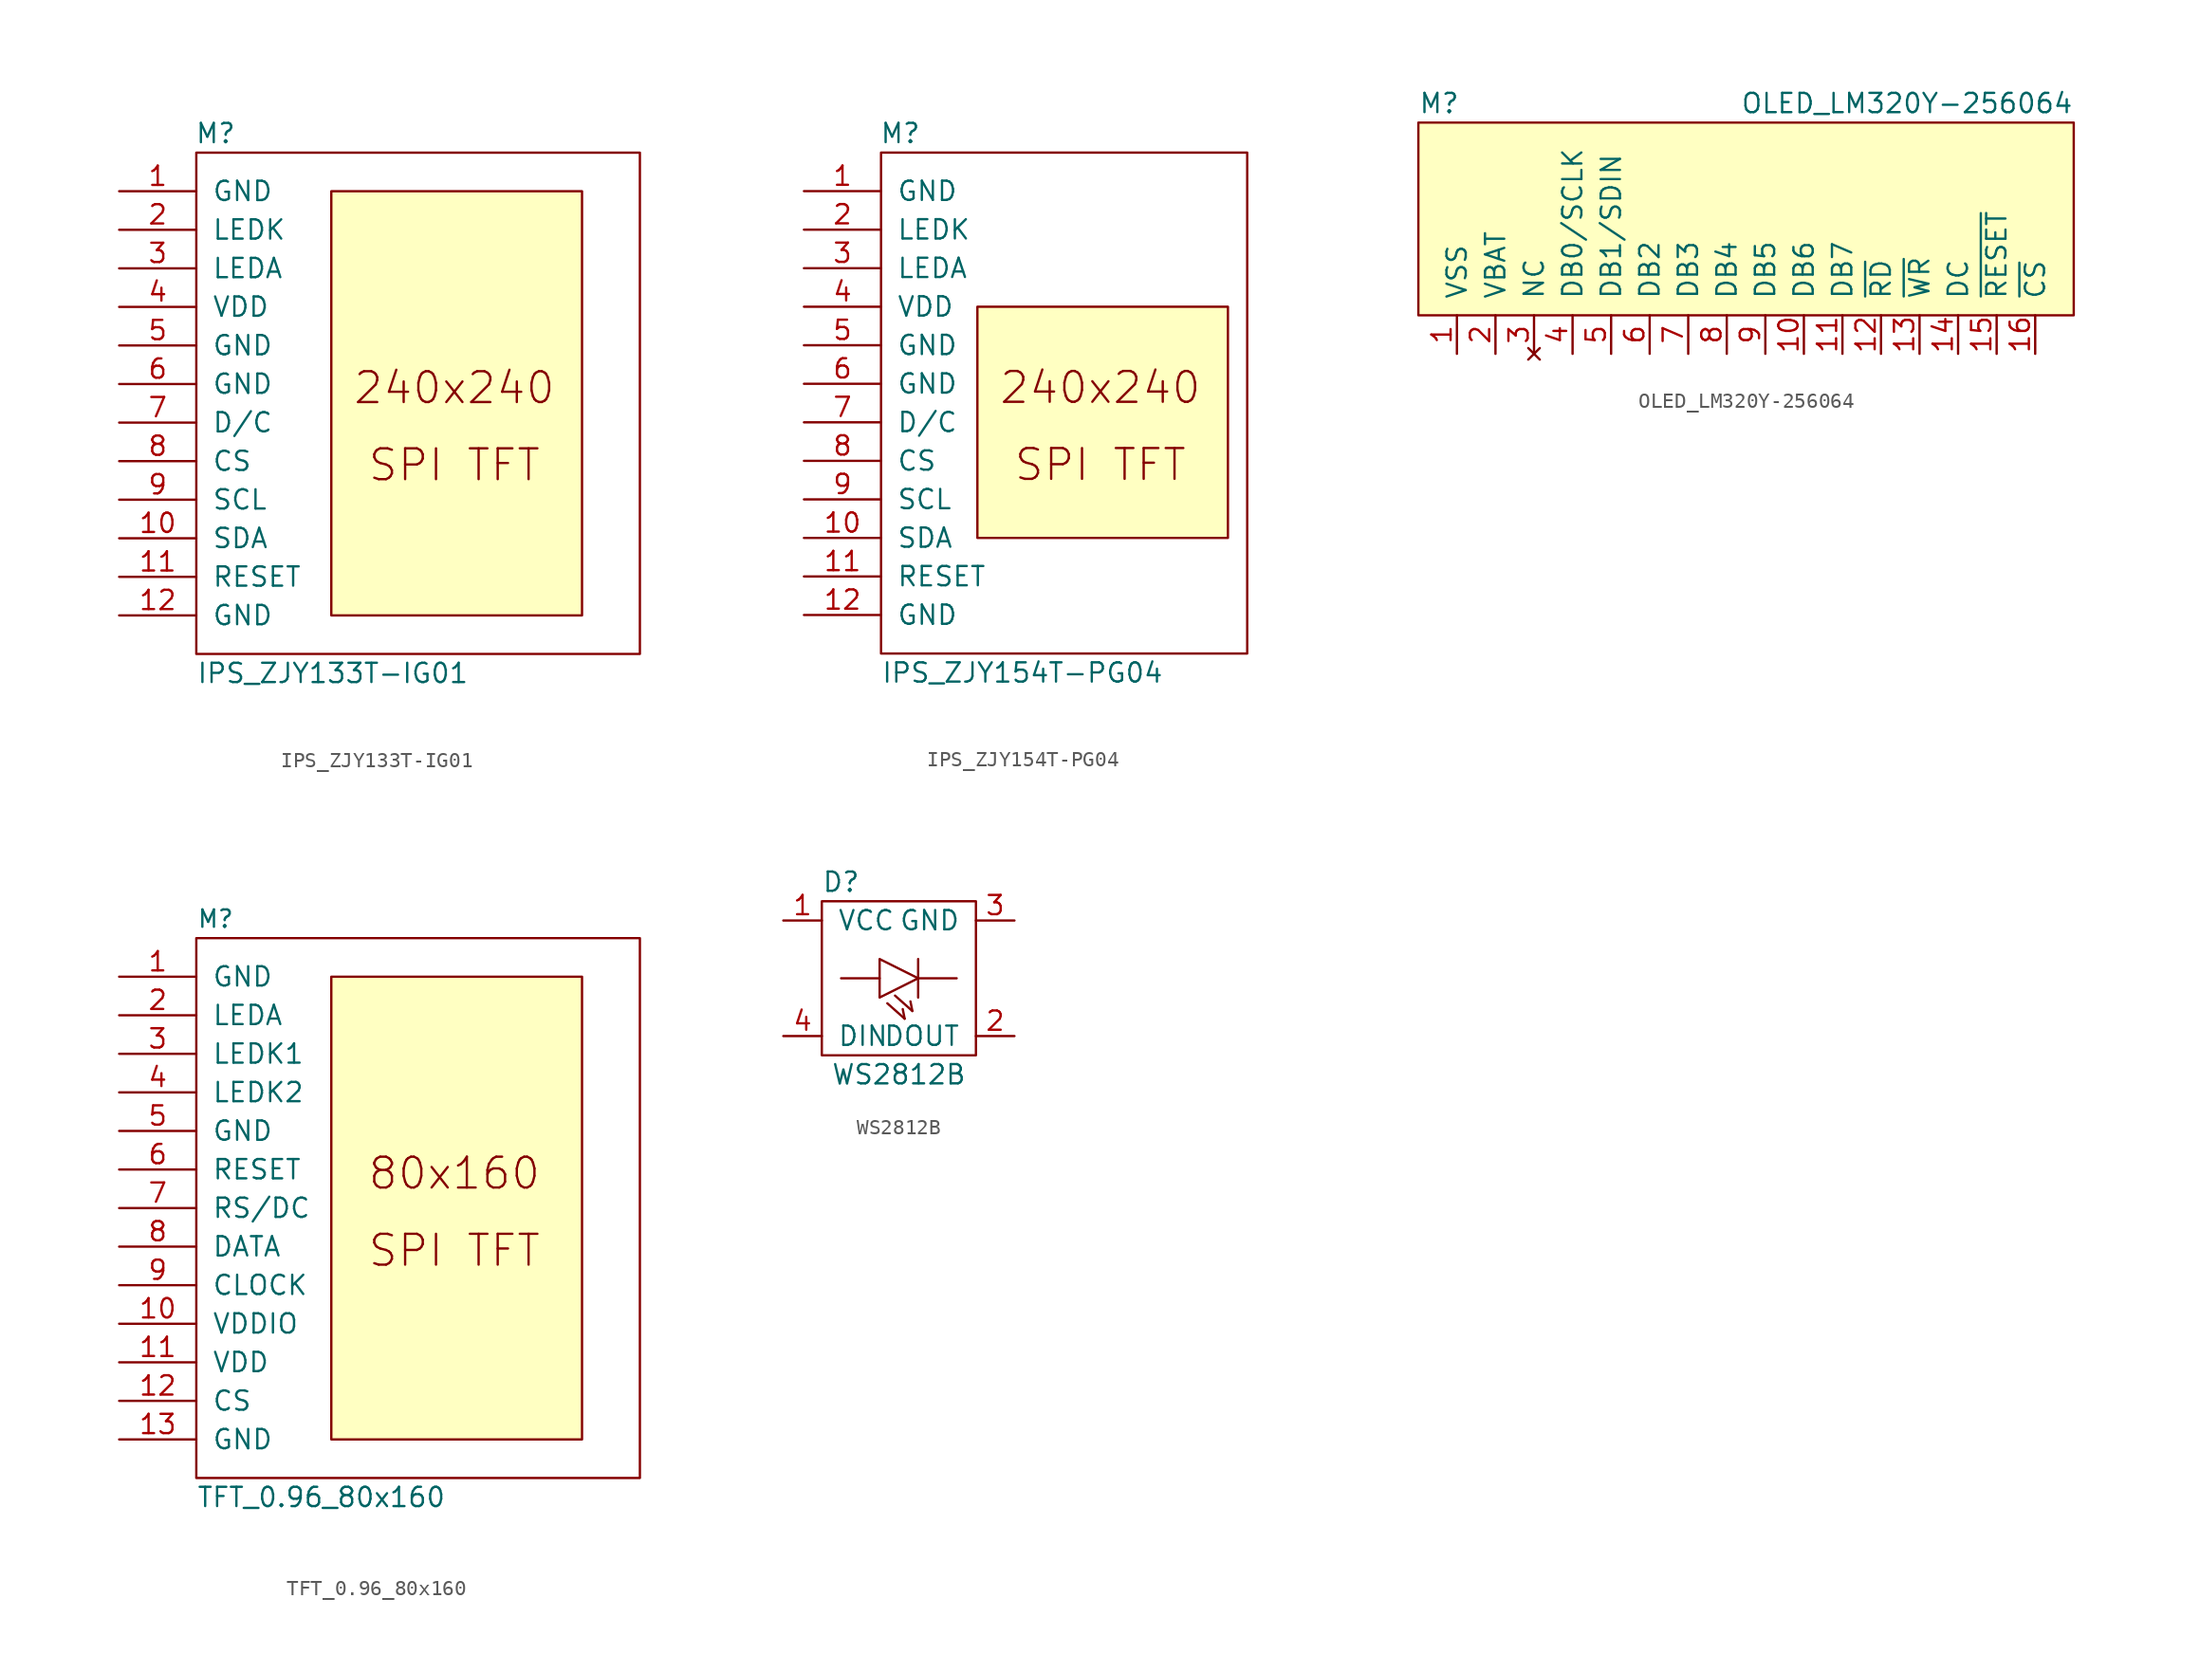
<source format=kicad_sym>
(kicad_symbol_lib
  (version 20211014)
  (generator kicad_symbol_editor)
  (symbol "IPS_ZJY133T-IG01"
    (pin_names
      (offset 1.016))
    (property "Reference" "M"
      (at -21.59 19.05 0)
      (effects (font (size 1.27 1.27))))
    (property "Value" "IPS_ZJY133T-IG01"
      (at -22.86 -16.51 0)
      (effects (font (size 1.27 1.27)) (justify left)))
    (symbol "IPS_ZJY133T-IG01_1_0"
      (rectangle (start -22.86 -15.24) (end 6.35 17.78) (stroke (width 0) (type default) (color 0 0 0 0)) (fill (type none)))
      (rectangle (start -13.97 -12.7) (end 2.54 15.24) (stroke (width 0) (type default) (color 0 0 0 0)) (fill (type background)))
      (text "240x240" (at -5.867 2.286 0) (effects (font (size 2.032 2.032))))
      (text "SPI TFT" (at -5.867 -2.794 0) (effects (font (size 2.032 2.032)))))
    (symbol "IPS_ZJY133T-IG01_1_1"
      (pin power_in line (at -27.94 15.24 0) (length 5.08) (name "GND" (effects (font (size 1.27 1.27)))) (number "1" (effects (font (size 1.27 1.27)))))
      (pin input line (at -27.94 -7.62 0) (length 5.08) (name "SDA" (effects (font (size 1.27 1.27)))) (number "10" (effects (font (size 1.27 1.27)))))
      (pin input line (at -27.94 -10.16 0) (length 5.08) (name "RESET" (effects (font (size 1.27 1.27)))) (number "11" (effects (font (size 1.27 1.27)))))
      (pin power_in line (at -27.94 -12.7 0) (length 5.08) (name "GND" (effects (font (size 1.27 1.27)))) (number "12" (effects (font (size 1.27 1.27)))))
      (pin power_in line (at -27.94 12.7 0) (length 5.08) (name "LEDK" (effects (font (size 1.27 1.27)))) (number "2" (effects (font (size 1.27 1.27)))))
      (pin power_in line (at -27.94 10.16 0) (length 5.08) (name "LEDA" (effects (font (size 1.27 1.27)))) (number "3" (effects (font (size 1.27 1.27)))))
      (pin power_in line (at -27.94 7.62 0) (length 5.08) (name "VDD" (effects (font (size 1.27 1.27)))) (number "4" (effects (font (size 1.27 1.27)))))
      (pin power_in line (at -27.94 5.08 0) (length 5.08) (name "GND" (effects (font (size 1.27 1.27)))) (number "5" (effects (font (size 1.27 1.27)))))
      (pin power_in line (at -27.94 2.54 0) (length 5.08) (name "GND" (effects (font (size 1.27 1.27)))) (number "6" (effects (font (size 1.27 1.27)))))
      (pin input line (at -27.94 0 0) (length 5.08) (name "D/C" (effects (font (size 1.27 1.27)))) (number "7" (effects (font (size 1.27 1.27)))))
      (pin bidirectional line (at -27.94 -2.54 0) (length 5.08) (name "CS" (effects (font (size 1.27 1.27)))) (number "8" (effects (font (size 1.27 1.27)))))
      (pin input line (at -27.94 -5.08 0) (length 5.08) (name "SCL" (effects (font (size 1.27 1.27)))) (number "9" (effects (font (size 1.27 1.27)))))))
  (symbol "IPS_ZJY154T-PG04"
    (pin_names
      (offset 1.016))
    (property "Reference" "M"
      (at -21.59 19.05 0)
      (effects (font (size 1.27 1.27))))
    (property "Value" "IPS_ZJY154T-PG04"
      (at -22.86 -16.51 0)
      (effects (font (size 1.27 1.27)) (justify left)))
    (symbol "IPS_ZJY154T-PG04_1_0"
      (rectangle (start -22.86 -15.24) (end 1.27 17.78) (stroke (width 0) (type default) (color 0 0 0 0)) (fill (type none)))
      (rectangle (start -16.51 -7.62) (end 0 7.62) (stroke (width 0) (type default) (color 0 0 0 0)) (fill (type background)))
      (text "240x240" (at -8.407 2.286 0) (effects (font (size 2.032 2.032))))
      (text "SPI TFT" (at -8.407 -2.794 0) (effects (font (size 2.032 2.032)))))
    (symbol "IPS_ZJY154T-PG04_1_1"
      (pin power_in line (at -27.94 15.24 0) (length 5.08) (name "GND" (effects (font (size 1.27 1.27)))) (number "1" (effects (font (size 1.27 1.27)))))
      (pin input line (at -27.94 -7.62 0) (length 5.08) (name "SDA" (effects (font (size 1.27 1.27)))) (number "10" (effects (font (size 1.27 1.27)))))
      (pin input line (at -27.94 -10.16 0) (length 5.08) (name "RESET" (effects (font (size 1.27 1.27)))) (number "11" (effects (font (size 1.27 1.27)))))
      (pin power_in line (at -27.94 -12.7 0) (length 5.08) (name "GND" (effects (font (size 1.27 1.27)))) (number "12" (effects (font (size 1.27 1.27)))))
      (pin output line (at -27.94 12.7 0) (length 5.08) (name "LEDK" (effects (font (size 1.27 1.27)))) (number "2" (effects (font (size 1.27 1.27)))))
      (pin power_in line (at -27.94 10.16 0) (length 5.08) (name "LEDA" (effects (font (size 1.27 1.27)))) (number "3" (effects (font (size 1.27 1.27)))))
      (pin power_in line (at -27.94 7.62 0) (length 5.08) (name "VDD" (effects (font (size 1.27 1.27)))) (number "4" (effects (font (size 1.27 1.27)))))
      (pin power_in line (at -27.94 5.08 0) (length 5.08) (name "GND" (effects (font (size 1.27 1.27)))) (number "5" (effects (font (size 1.27 1.27)))))
      (pin power_in line (at -27.94 2.54 0) (length 5.08) (name "GND" (effects (font (size 1.27 1.27)))) (number "6" (effects (font (size 1.27 1.27)))))
      (pin input line (at -27.94 0 0) (length 5.08) (name "D/C" (effects (font (size 1.27 1.27)))) (number "7" (effects (font (size 1.27 1.27)))))
      (pin bidirectional line (at -27.94 -2.54 0) (length 5.08) (name "CS" (effects (font (size 1.27 1.27)))) (number "8" (effects (font (size 1.27 1.27)))))
      (pin input line (at -27.94 -5.08 0) (length 5.08) (name "SCL" (effects (font (size 1.27 1.27)))) (number "9" (effects (font (size 1.27 1.27)))))))
  (symbol "OLED_LM320Y-256064"
    (pin_names
      (offset 1.016))
    (property "Reference" "M"
      (at -21.59 7.62 0)
      (effects (font (size 1.27 1.27)) (justify left)))
    (property "Value" "OLED_LM320Y-256064"
      (at 21.59 7.62 0)
      (effects (font (size 1.27 1.27)) (justify right)))
    (symbol "OLED_LM320Y-256064_0_1"
      (rectangle (start -21.59 6.35) (end 21.59 -6.35) (stroke (width 0) (type default) (color 0 0 0 0)) (fill (type background))))
    (symbol "OLED_LM320Y-256064_1_1"
      (pin power_in line (at -19.05 -8.89 90) (length 2.54) (name "VSS" (effects (font (size 1.27 1.27)))) (number "1" (effects (font (size 1.27 1.27)))))
      (pin passive line (at 3.81 -8.89 90) (length 2.54) (name "DB6" (effects (font (size 1.27 1.27)))) (number "10" (effects (font (size 1.27 1.27)))))
      (pin passive line (at 6.35 -8.89 90) (length 2.54) (name "DB7" (effects (font (size 1.27 1.27)))) (number "11" (effects (font (size 1.27 1.27)))))
      (pin input line (at 8.89 -8.89 90) (length 2.54) (name "~{RD}" (effects (font (size 1.27 1.27)))) (number "12" (effects (font (size 1.27 1.27)))))
      (pin input line (at 11.43 -8.89 90) (length 2.54) (name "~{WR}" (effects (font (size 1.27 1.27)))) (number "13" (effects (font (size 1.27 1.27)))))
      (pin input line (at 13.97 -8.89 90) (length 2.54) (name "DC" (effects (font (size 1.27 1.27)))) (number "14" (effects (font (size 1.27 1.27)))))
      (pin input line (at 16.51 -8.89 90) (length 2.54) (name "~{RESET}" (effects (font (size 1.27 1.27)))) (number "15" (effects (font (size 1.27 1.27)))))
      (pin input line (at 19.05 -8.89 90) (length 2.54) (name "~{CS}" (effects (font (size 1.27 1.27)))) (number "16" (effects (font (size 1.27 1.27)))))
      (pin power_in line (at -16.51 -8.89 90) (length 2.54) (name "VBAT" (effects (font (size 1.27 1.27)))) (number "2" (effects (font (size 1.27 1.27)))))
      (pin no_connect line (at -13.97 -8.89 90) (length 2.54) (name "NC" (effects (font (size 1.27 1.27)))) (number "3" (effects (font (size 1.27 1.27)))))
      (pin passive line (at -11.43 -8.89 90) (length 2.54) (name "DB0/SCLK" (effects (font (size 1.27 1.27)))) (number "4" (effects (font (size 1.27 1.27)))))
      (pin passive line (at -8.89 -8.89 90) (length 2.54) (name "DB1/SDIN" (effects (font (size 1.27 1.27)))) (number "5" (effects (font (size 1.27 1.27)))))
      (pin passive line (at -6.35 -8.89 90) (length 2.54) (name "DB2" (effects (font (size 1.27 1.27)))) (number "6" (effects (font (size 1.27 1.27)))))
      (pin passive line (at -3.81 -8.89 90) (length 2.54) (name "DB3" (effects (font (size 1.27 1.27)))) (number "7" (effects (font (size 1.27 1.27)))))
      (pin passive line (at -1.27 -8.89 90) (length 2.54) (name "DB4" (effects (font (size 1.27 1.27)))) (number "8" (effects (font (size 1.27 1.27)))))
      (pin passive line (at 1.27 -8.89 90) (length 2.54) (name "DB5" (effects (font (size 1.27 1.27)))) (number "9" (effects (font (size 1.27 1.27)))))))
  (symbol "TFT_0.96_80x160"
    (pin_names
      (offset 1.016))
    (property "Reference" "M"
      (at -21.59 19.05 0)
      (effects (font (size 1.143 1.143))))
    (property "Value" "TFT_0.96_80x160"
      (at -22.86 -19.05 0)
      (effects (font (size 1.27 1.27)) (justify left)))
    (symbol "TFT_0.96_80x160_1_0"
      (rectangle (start -22.86 -17.78) (end 6.35 17.78) (stroke (width 0) (type default) (color 0 0 0 0)) (fill (type none)))
      (rectangle (start -13.97 -15.24) (end 2.54 15.24) (stroke (width 0) (type default) (color 0 0 0 0)) (fill (type background)))
      (text "80x160" (at -5.867 2.286 0) (effects (font (size 2.032 2.032))))
      (text "SPI TFT" (at -5.867 -2.794 0) (effects (font (size 2.032 2.032)))))
    (symbol "TFT_0.96_80x160_1_1"
      (pin power_in line (at -27.94 15.24 0) (length 5.08) (name "GND" (effects (font (size 1.27 1.27)))) (number "1" (effects (font (size 1.27 1.27)))))
      (pin power_in line (at -27.94 -7.62 0) (length 5.08) (name "VDDIO" (effects (font (size 1.27 1.27)))) (number "10" (effects (font (size 1.27 1.27)))))
      (pin power_in line (at -27.94 -10.16 0) (length 5.08) (name "VDD" (effects (font (size 1.27 1.27)))) (number "11" (effects (font (size 1.27 1.27)))))
      (pin input line (at -27.94 -12.7 0) (length 5.08) (name "CS" (effects (font (size 1.27 1.27)))) (number "12" (effects (font (size 1.27 1.27)))))
      (pin power_in line (at -27.94 -15.24 0) (length 5.08) (name "GND" (effects (font (size 1.27 1.27)))) (number "13" (effects (font (size 1.27 1.27)))))
      (pin input line (at -27.94 12.7 0) (length 5.08) (name "LEDA" (effects (font (size 1.27 1.27)))) (number "2" (effects (font (size 1.27 1.27)))))
      (pin input line (at -27.94 10.16 0) (length 5.08) (name "LEDK1" (effects (font (size 1.27 1.27)))) (number "3" (effects (font (size 1.27 1.27)))))
      (pin power_in line (at -27.94 7.62 0) (length 5.08) (name "LEDK2" (effects (font (size 1.27 1.27)))) (number "4" (effects (font (size 1.27 1.27)))))
      (pin power_in line (at -27.94 5.08 0) (length 5.08) (name "GND" (effects (font (size 1.27 1.27)))) (number "5" (effects (font (size 1.27 1.27)))))
      (pin input line (at -27.94 2.54 0) (length 5.08) (name "RESET" (effects (font (size 1.27 1.27)))) (number "6" (effects (font (size 1.27 1.27)))))
      (pin input line (at -27.94 0 0) (length 5.08) (name "RS/DC" (effects (font (size 1.27 1.27)))) (number "7" (effects (font (size 1.27 1.27)))))
      (pin bidirectional line (at -27.94 -2.54 0) (length 5.08) (name "DATA" (effects (font (size 1.27 1.27)))) (number "8" (effects (font (size 1.27 1.27)))))
      (pin input line (at -27.94 -5.08 0) (length 5.08) (name "CLOCK" (effects (font (size 1.27 1.27)))) (number "9" (effects (font (size 1.27 1.27)))))))
  (symbol "WS2812B"
    (pin_names
      (offset 1.016))
    (property "Reference" "D"
      (at -3.81 6.35 0)
      (effects (font (size 1.27 1.27))))
    (property "Value" "WS2812B"
      (at 0 -6.35 0)
      (effects (font (size 1.27 1.27))))
    (property "Footprint" ""
      (at -1.27 0 90)
      (effects (font (size 1.524 1.524))))
    (property "Datasheet" ""
      (at -1.27 0 90)
      (effects (font (size 1.524 1.524))))
    (symbol "WS2812B_0_0"
      (polyline (pts (xy -1.27 0) (xy -3.81 0)) (stroke (width 0) (type default) (color 0 0 0 0)) (fill (type none)))
      (polyline (pts (xy -0.254 -1.143) (xy 0.889 -2.159)) (stroke (width 0) (type default) (color 0 0 0 0)) (fill (type none)))
      (polyline (pts (xy 0.381 -2.667) (xy -0.762 -1.651)) (stroke (width 0) (type default) (color 0 0 0 0)) (fill (type none)))
      (polyline (pts (xy 0.381 -2.667) (xy 0.254 -2.032)) (stroke (width 0) (type default) (color 0 0 0 0)) (fill (type none)))
      (polyline (pts (xy 0.889 -2.159) (xy 0.762 -1.524)) (stroke (width 0) (type default) (color 0 0 0 0)) (fill (type none)))
      (polyline (pts (xy 1.27 0) (xy 3.81 0)) (stroke (width 0) (type default) (color 0 0 0 0)) (fill (type none))))
    (symbol "WS2812B_0_1"
      (rectangle (start -5.08 5.08) (end 5.08 -5.08) (stroke (width 0) (type default) (color 0 0 0 0)) (fill (type none)))
      (polyline (pts (xy 1.27 0) (xy -1.27 1.27) (xy -1.27 -1.27) (xy 1.27 0) (xy 1.27 0)) (stroke (width 0) (type default) (color 0 0 0 0)) (fill (type none)))
      (rectangle (start 1.27 1.27) (end 1.27 -1.27) (stroke (width 0) (type default) (color 0 0 0 0)) (fill (type none))))
    (symbol "WS2812B_1_1"
      (pin power_in line (at -7.62 3.81 0) (length 2.54) (name "VCC" (effects (font (size 1.27 1.27)))) (number "1" (effects (font (size 1.27 1.27)))))
      (pin output line (at 7.62 -3.81 180) (length 2.54) (name "DOUT" (effects (font (size 1.27 1.27)))) (number "2" (effects (font (size 1.27 1.27)))))
      (pin power_in line (at 7.62 3.81 180) (length 2.54) (name "GND" (effects (font (size 1.27 1.27)))) (number "3" (effects (font (size 1.27 1.27)))))
      (pin input line (at -7.62 -3.81 0) (length 2.54) (name "DIN" (effects (font (size 1.27 1.27)))) (number "4" (effects (font (size 1.27 1.27))))))))
</source>
